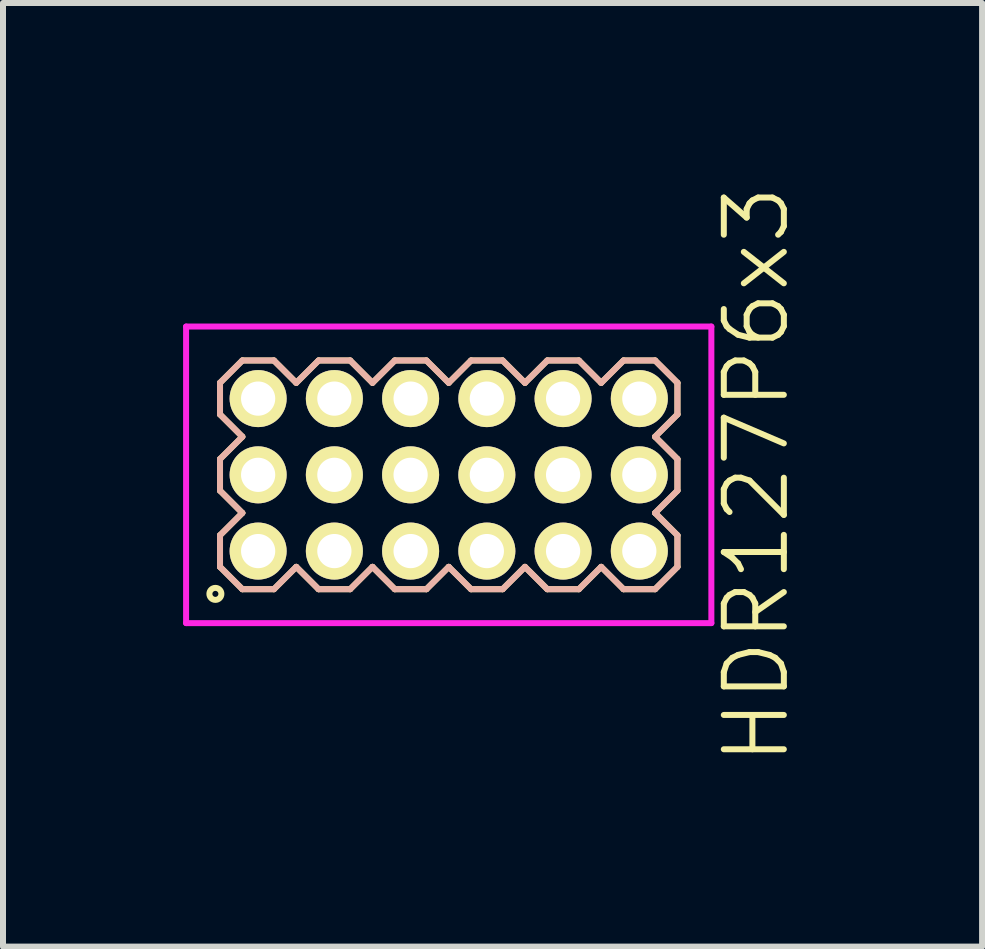
<source format=kicad_pcb>
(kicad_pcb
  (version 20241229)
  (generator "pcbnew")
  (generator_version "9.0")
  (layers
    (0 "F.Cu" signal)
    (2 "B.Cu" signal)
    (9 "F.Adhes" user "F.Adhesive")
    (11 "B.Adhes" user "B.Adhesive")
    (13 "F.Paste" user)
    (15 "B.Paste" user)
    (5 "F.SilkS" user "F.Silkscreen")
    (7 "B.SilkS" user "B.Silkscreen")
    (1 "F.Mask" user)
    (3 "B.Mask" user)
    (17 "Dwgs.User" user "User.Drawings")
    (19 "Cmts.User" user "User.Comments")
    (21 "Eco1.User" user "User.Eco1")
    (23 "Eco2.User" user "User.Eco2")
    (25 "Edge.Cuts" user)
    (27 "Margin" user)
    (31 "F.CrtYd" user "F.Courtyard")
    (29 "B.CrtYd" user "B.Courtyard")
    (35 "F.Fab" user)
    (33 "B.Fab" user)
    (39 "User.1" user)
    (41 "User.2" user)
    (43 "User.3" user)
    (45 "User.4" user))
  (footprint "HDR127P6x3"
    (layer "F.Cu")
    (at 4.425 4.86)
    (property "Reference" "HDR127P6x3" (at 5.125 0 90) (layer "F.SilkS") (effects (font (size 1 1) (thickness 0.1))))
    (attr through_hole)
    (fp_line (start -3.81 -1.533) (end -3.438 -1.905) (stroke (width 0.1) (type solid)) (layer "F.SilkS"))
    (fp_line (start -3.81 -1.007) (end -3.81 -1.533) (stroke (width 0.1) (type solid)) (layer "F.SilkS"))
    (fp_line (start -3.81 -0.263) (end -3.438 -0.635) (stroke (width 0.1) (type solid)) (layer "F.SilkS"))
    (fp_line (start -3.81 0.263) (end -3.81 -0.263) (stroke (width 0.1) (type solid)) (layer "F.SilkS"))
    (fp_line (start -3.81 1.007) (end -3.438 0.635) (stroke (width 0.1) (type solid)) (layer "F.SilkS"))
    (fp_line (start -3.81 1.533) (end -3.81 1.007) (stroke (width 0.1) (type solid)) (layer "F.SilkS"))
    (fp_line (start -3.438 -1.905) (end -2.912 -1.905) (stroke (width 0.1) (type solid)) (layer "F.SilkS"))
    (fp_line (start -3.438 -0.635) (end -3.81 -1.007) (stroke (width 0.1) (type solid)) (layer "F.SilkS"))
    (fp_line (start -3.438 0.635) (end -3.81 0.263) (stroke (width 0.1) (type solid)) (layer "F.SilkS"))
    (fp_line (start -3.438 1.905) (end -3.81 1.533) (stroke (width 0.1) (type solid)) (layer "F.SilkS"))
    (fp_line (start -2.912 -1.905) (end -2.54 -1.533) (stroke (width 0.1) (type solid)) (layer "F.SilkS"))
    (fp_line (start -2.912 1.905) (end -3.438 1.905) (stroke (width 0.1) (type solid)) (layer "F.SilkS"))
    (fp_line (start -2.54 -1.533) (end -2.168 -1.905) (stroke (width 0.1) (type solid)) (layer "F.SilkS"))
    (fp_line (start -2.54 1.533) (end -2.912 1.905) (stroke (width 0.1) (type solid)) (layer "F.SilkS"))
    (fp_line (start -2.168 -1.905) (end -1.642 -1.905) (stroke (width 0.1) (type solid)) (layer "F.SilkS"))
    (fp_line (start -2.168 1.905) (end -2.54 1.533) (stroke (width 0.1) (type solid)) (layer "F.SilkS"))
    (fp_line (start -1.642 -1.905) (end -1.27 -1.533) (stroke (width 0.1) (type solid)) (layer "F.SilkS"))
    (fp_line (start -1.642 1.905) (end -2.168 1.905) (stroke (width 0.1) (type solid)) (layer "F.SilkS"))
    (fp_line (start -1.27 -1.533) (end -0.898 -1.905) (stroke (width 0.1) (type solid)) (layer "F.SilkS"))
    (fp_line (start -1.27 1.533) (end -1.642 1.905) (stroke (width 0.1) (type solid)) (layer "F.SilkS"))
    (fp_line (start -0.898 -1.905) (end -0.372 -1.905) (stroke (width 0.1) (type solid)) (layer "F.SilkS"))
    (fp_line (start -0.898 1.905) (end -1.27 1.533) (stroke (width 0.1) (type solid)) (layer "F.SilkS"))
    (fp_line (start -0.372 -1.905) (end 0 -1.533) (stroke (width 0.1) (type solid)) (layer "F.SilkS"))
    (fp_line (start -0.372 1.905) (end -0.898 1.905) (stroke (width 0.1) (type solid)) (layer "F.SilkS"))
    (fp_line (start 0 -1.533) (end 0.372 -1.905) (stroke (width 0.1) (type solid)) (layer "F.SilkS"))
    (fp_line (start 0 1.533) (end -0.372 1.905) (stroke (width 0.1) (type solid)) (layer "F.SilkS"))
    (fp_line (start 0.372 -1.905) (end 0.898 -1.905) (stroke (width 0.1) (type solid)) (layer "F.SilkS"))
    (fp_line (start 0.372 1.905) (end 0 1.533) (stroke (width 0.1) (type solid)) (layer "F.SilkS"))
    (fp_line (start 0.898 -1.905) (end 1.27 -1.533) (stroke (width 0.1) (type solid)) (layer "F.SilkS"))
    (fp_line (start 0.898 1.905) (end 0.372 1.905) (stroke (width 0.1) (type solid)) (layer "F.SilkS"))
    (fp_line (start 1.27 -1.533) (end 1.642 -1.905) (stroke (width 0.1) (type solid)) (layer "F.SilkS"))
    (fp_line (start 1.27 1.533) (end 0.898 1.905) (stroke (width 0.1) (type solid)) (layer "F.SilkS"))
    (fp_line (start 1.642 -1.905) (end 2.168 -1.905) (stroke (width 0.1) (type solid)) (layer "F.SilkS"))
    (fp_line (start 1.642 1.905) (end 1.27 1.533) (stroke (width 0.1) (type solid)) (layer "F.SilkS"))
    (fp_line (start 2.168 -1.905) (end 2.54 -1.533) (stroke (width 0.1) (type solid)) (layer "F.SilkS"))
    (fp_line (start 2.168 1.905) (end 1.642 1.905) (stroke (width 0.1) (type solid)) (layer "F.SilkS"))
    (fp_line (start 2.54 -1.533) (end 2.912 -1.905) (stroke (width 0.1) (type solid)) (layer "F.SilkS"))
    (fp_line (start 2.54 1.533) (end 2.168 1.905) (stroke (width 0.1) (type solid)) (layer "F.SilkS"))
    (fp_line (start 2.912 -1.905) (end 3.438 -1.905) (stroke (width 0.1) (type solid)) (layer "F.SilkS"))
    (fp_line (start 2.912 1.905) (end 2.54 1.533) (stroke (width 0.1) (type solid)) (layer "F.SilkS"))
    (fp_line (start 3.438 -1.905) (end 3.81 -1.533) (stroke (width 0.1) (type solid)) (layer "F.SilkS"))
    (fp_line (start 3.438 -0.635) (end 3.81 -0.263) (stroke (width 0.1) (type solid)) (layer "F.SilkS"))
    (fp_line (start 3.438 0.635) (end 3.81 1.007) (stroke (width 0.1) (type solid)) (layer "F.SilkS"))
    (fp_line (start 3.438 1.905) (end 2.912 1.905) (stroke (width 0.1) (type solid)) (layer "F.SilkS"))
    (fp_line (start 3.81 -1.533) (end 3.81 -1.007) (stroke (width 0.1) (type solid)) (layer "F.SilkS"))
    (fp_line (start 3.81 -1.007) (end 3.438 -0.635) (stroke (width 0.1) (type solid)) (layer "F.SilkS"))
    (fp_line (start 3.81 -0.263) (end 3.81 0.263) (stroke (width 0.1) (type solid)) (layer "F.SilkS"))
    (fp_line (start 3.81 0.263) (end 3.438 0.635) (stroke (width 0.1) (type solid)) (layer "F.SilkS"))
    (fp_line (start 3.81 1.007) (end 3.81 1.533) (stroke (width 0.1) (type solid)) (layer "F.SilkS"))
    (fp_line (start 3.81 1.533) (end 3.438 1.905) (stroke (width 0.1) (type solid)) (layer "F.SilkS"))
    (fp_circle (center -3.887 1.983) (end -3.787 1.983) (stroke (width 0.1) (type solid)) (fill no) (layer "F.SilkS"))
    (fp_line (start -3.81 -1.533) (end -3.438 -1.905) (stroke (width 0.1) (type solid)) (layer "B.SilkS"))
    (fp_line (start -3.81 -1.007) (end -3.81 -1.533) (stroke (width 0.1) (type solid)) (layer "B.SilkS"))
    (fp_line (start -3.81 -0.263) (end -3.438 -0.635) (stroke (width 0.1) (type solid)) (layer "B.SilkS"))
    (fp_line (start -3.81 0.263) (end -3.81 -0.263) (stroke (width 0.1) (type solid)) (layer "B.SilkS"))
    (fp_line (start -3.81 1.007) (end -3.438 0.635) (stroke (width 0.1) (type solid)) (layer "B.SilkS"))
    (fp_line (start -3.81 1.533) (end -3.81 1.007) (stroke (width 0.1) (type solid)) (layer "B.SilkS"))
    (fp_line (start -3.438 -1.905) (end -2.912 -1.905) (stroke (width 0.1) (type solid)) (layer "B.SilkS"))
    (fp_line (start -3.438 -0.635) (end -3.81 -1.007) (stroke (width 0.1) (type solid)) (layer "B.SilkS"))
    (fp_line (start -3.438 0.635) (end -3.81 0.263) (stroke (width 0.1) (type solid)) (layer "B.SilkS"))
    (fp_line (start -3.438 1.905) (end -3.81 1.533) (stroke (width 0.1) (type solid)) (layer "B.SilkS"))
    (fp_line (start -2.912 -1.905) (end -2.54 -1.533) (stroke (width 0.1) (type solid)) (layer "B.SilkS"))
    (fp_line (start -2.912 1.905) (end -3.438 1.905) (stroke (width 0.1) (type solid)) (layer "B.SilkS"))
    (fp_line (start -2.54 -1.533) (end -2.168 -1.905) (stroke (width 0.1) (type solid)) (layer "B.SilkS"))
    (fp_line (start -2.54 1.533) (end -2.912 1.905) (stroke (width 0.1) (type solid)) (layer "B.SilkS"))
    (fp_line (start -2.168 -1.905) (end -1.642 -1.905) (stroke (width 0.1) (type solid)) (layer "B.SilkS"))
    (fp_line (start -2.168 1.905) (end -2.54 1.533) (stroke (width 0.1) (type solid)) (layer "B.SilkS"))
    (fp_line (start -1.642 -1.905) (end -1.27 -1.533) (stroke (width 0.1) (type solid)) (layer "B.SilkS"))
    (fp_line (start -1.642 1.905) (end -2.168 1.905) (stroke (width 0.1) (type solid)) (layer "B.SilkS"))
    (fp_line (start -1.27 -1.533) (end -0.898 -1.905) (stroke (width 0.1) (type solid)) (layer "B.SilkS"))
    (fp_line (start -1.27 1.533) (end -1.642 1.905) (stroke (width 0.1) (type solid)) (layer "B.SilkS"))
    (fp_line (start -0.898 -1.905) (end -0.372 -1.905) (stroke (width 0.1) (type solid)) (layer "B.SilkS"))
    (fp_line (start -0.898 1.905) (end -1.27 1.533) (stroke (width 0.1) (type solid)) (layer "B.SilkS"))
    (fp_line (start -0.372 -1.905) (end 0 -1.533) (stroke (width 0.1) (type solid)) (layer "B.SilkS"))
    (fp_line (start -0.372 1.905) (end -0.898 1.905) (stroke (width 0.1) (type solid)) (layer "B.SilkS"))
    (fp_line (start 0 -1.533) (end 0.372 -1.905) (stroke (width 0.1) (type solid)) (layer "B.SilkS"))
    (fp_line (start 0 1.533) (end -0.372 1.905) (stroke (width 0.1) (type solid)) (layer "B.SilkS"))
    (fp_line (start 0.372 -1.905) (end 0.898 -1.905) (stroke (width 0.1) (type solid)) (layer "B.SilkS"))
    (fp_line (start 0.372 1.905) (end 0 1.533) (stroke (width 0.1) (type solid)) (layer "B.SilkS"))
    (fp_line (start 0.898 -1.905) (end 1.27 -1.533) (stroke (width 0.1) (type solid)) (layer "B.SilkS"))
    (fp_line (start 0.898 1.905) (end 0.372 1.905) (stroke (width 0.1) (type solid)) (layer "B.SilkS"))
    (fp_line (start 1.27 -1.533) (end 1.642 -1.905) (stroke (width 0.1) (type solid)) (layer "B.SilkS"))
    (fp_line (start 1.27 1.533) (end 0.898 1.905) (stroke (width 0.1) (type solid)) (layer "B.SilkS"))
    (fp_line (start 1.642 -1.905) (end 2.168 -1.905) (stroke (width 0.1) (type solid)) (layer "B.SilkS"))
    (fp_line (start 1.642 1.905) (end 1.27 1.533) (stroke (width 0.1) (type solid)) (layer "B.SilkS"))
    (fp_line (start 2.168 -1.905) (end 2.54 -1.533) (stroke (width 0.1) (type solid)) (layer "B.SilkS"))
    (fp_line (start 2.168 1.905) (end 1.642 1.905) (stroke (width 0.1) (type solid)) (layer "B.SilkS"))
    (fp_line (start 2.54 -1.533) (end 2.912 -1.905) (stroke (width 0.1) (type solid)) (layer "B.SilkS"))
    (fp_line (start 2.54 1.533) (end 2.168 1.905) (stroke (width 0.1) (type solid)) (layer "B.SilkS"))
    (fp_line (start 2.912 -1.905) (end 3.438 -1.905) (stroke (width 0.1) (type solid)) (layer "B.SilkS"))
    (fp_line (start 2.912 1.905) (end 2.54 1.533) (stroke (width 0.1) (type solid)) (layer "B.SilkS"))
    (fp_line (start 3.438 -1.905) (end 3.81 -1.533) (stroke (width 0.1) (type solid)) (layer "B.SilkS"))
    (fp_line (start 3.438 -0.635) (end 3.81 -0.263) (stroke (width 0.1) (type solid)) (layer "B.SilkS"))
    (fp_line (start 3.438 0.635) (end 3.81 1.007) (stroke (width 0.1) (type solid)) (layer "B.SilkS"))
    (fp_line (start 3.438 1.905) (end 2.912 1.905) (stroke (width 0.1) (type solid)) (layer "B.SilkS"))
    (fp_line (start 3.81 -1.533) (end 3.81 -1.007) (stroke (width 0.1) (type solid)) (layer "B.SilkS"))
    (fp_line (start 3.81 -1.007) (end 3.438 -0.635) (stroke (width 0.1) (type solid)) (layer "B.SilkS"))
    (fp_line (start 3.81 -0.263) (end 3.81 0.263) (stroke (width 0.1) (type solid)) (layer "B.SilkS"))
    (fp_line (start 3.81 0.263) (end 3.438 0.635) (stroke (width 0.1) (type solid)) (layer "B.SilkS"))
    (fp_line (start 3.81 1.007) (end 3.81 1.533) (stroke (width 0.1) (type solid)) (layer "B.SilkS"))
    (fp_line (start 3.81 1.533) (end 3.438 1.905) (stroke (width 0.1) (type solid)) (layer "B.SilkS"))
    (fp_line (start -4.375 -2.47) (end -4.375 2.47) (stroke (width 0.1) (type solid)) (layer "F.CrtYd"))
    (fp_line (start -4.375 2.47) (end 4.375 2.47) (stroke (width 0.1) (type solid)) (layer "F.CrtYd"))
    (fp_line (start 4.375 -2.47) (end -4.375 -2.47) (stroke (width 0.1) (type solid)) (layer "F.CrtYd"))
    (fp_line (start 4.375 2.47) (end 4.375 -2.47) (stroke (width 0.1) (type solid)) (layer "F.CrtYd"))
    (pad "1" thru_hole oval (at -3.175 1.27) (size 0.95 0.95) (drill 0.57) (layers "*.Cu" "*.Mask" "F.SilkS"))
    (pad "2" thru_hole oval (at -3.175 0) (size 0.95 0.95) (drill 0.57) (layers "*.Cu" "*.Mask" "F.SilkS"))
    (pad "3" thru_hole oval (at -3.175 -1.27) (size 0.95 0.95) (drill 0.57) (layers "*.Cu" "*.Mask" "F.SilkS"))
    (pad "4" thru_hole oval (at -1.905 1.27) (size 0.95 0.95) (drill 0.57) (layers "*.Cu" "*.Mask" "F.SilkS"))
    (pad "5" thru_hole oval (at -1.905 0) (size 0.95 0.95) (drill 0.57) (layers "*.Cu" "*.Mask" "F.SilkS"))
    (pad "6" thru_hole oval (at -1.905 -1.27) (size 0.95 0.95) (drill 0.57) (layers "*.Cu" "*.Mask" "F.SilkS"))
    (pad "7" thru_hole oval (at -0.635 1.27) (size 0.95 0.95) (drill 0.57) (layers "*.Cu" "*.Mask" "F.SilkS"))
    (pad "8" thru_hole oval (at -0.635 0) (size 0.95 0.95) (drill 0.57) (layers "*.Cu" "*.Mask" "F.SilkS"))
    (pad "9" thru_hole oval (at -0.635 -1.27) (size 0.95 0.95) (drill 0.57) (layers "*.Cu" "*.Mask" "F.SilkS"))
    (pad "10" thru_hole oval (at 0.635 1.27) (size 0.95 0.95) (drill 0.57) (layers "*.Cu" "*.Mask" "F.SilkS"))
    (pad "11" thru_hole oval (at 0.635 0) (size 0.95 0.95) (drill 0.57) (layers "*.Cu" "*.Mask" "F.SilkS"))
    (pad "12" thru_hole oval (at 0.635 -1.27) (size 0.95 0.95) (drill 0.57) (layers "*.Cu" "*.Mask" "F.SilkS"))
    (pad "13" thru_hole oval (at 1.905 1.27) (size 0.95 0.95) (drill 0.57) (layers "*.Cu" "*.Mask" "F.SilkS"))
    (pad "14" thru_hole oval (at 1.905 0) (size 0.95 0.95) (drill 0.57) (layers "*.Cu" "*.Mask" "F.SilkS"))
    (pad "15" thru_hole oval (at 1.905 -1.27) (size 0.95 0.95) (drill 0.57) (layers "*.Cu" "*.Mask" "F.SilkS"))
    (pad "16" thru_hole oval (at 3.175 1.27) (size 0.95 0.95) (drill 0.57) (layers "*.Cu" "*.Mask" "F.SilkS"))
    (pad "17" thru_hole oval (at 3.175 0) (size 0.95 0.95) (drill 0.57) (layers "*.Cu" "*.Mask" "F.SilkS"))
    (pad "18" thru_hole oval (at 3.175 -1.27) (size 0.95 0.95) (drill 0.57) (layers "*.Cu" "*.Mask" "F.SilkS")))
  (gr_rect
    (start -3 -3)
    (end 13.31 12.719)
    (stroke (width 0.1) (type default))
    (fill no)
    (layer "Edge.Cuts")))
</source>
